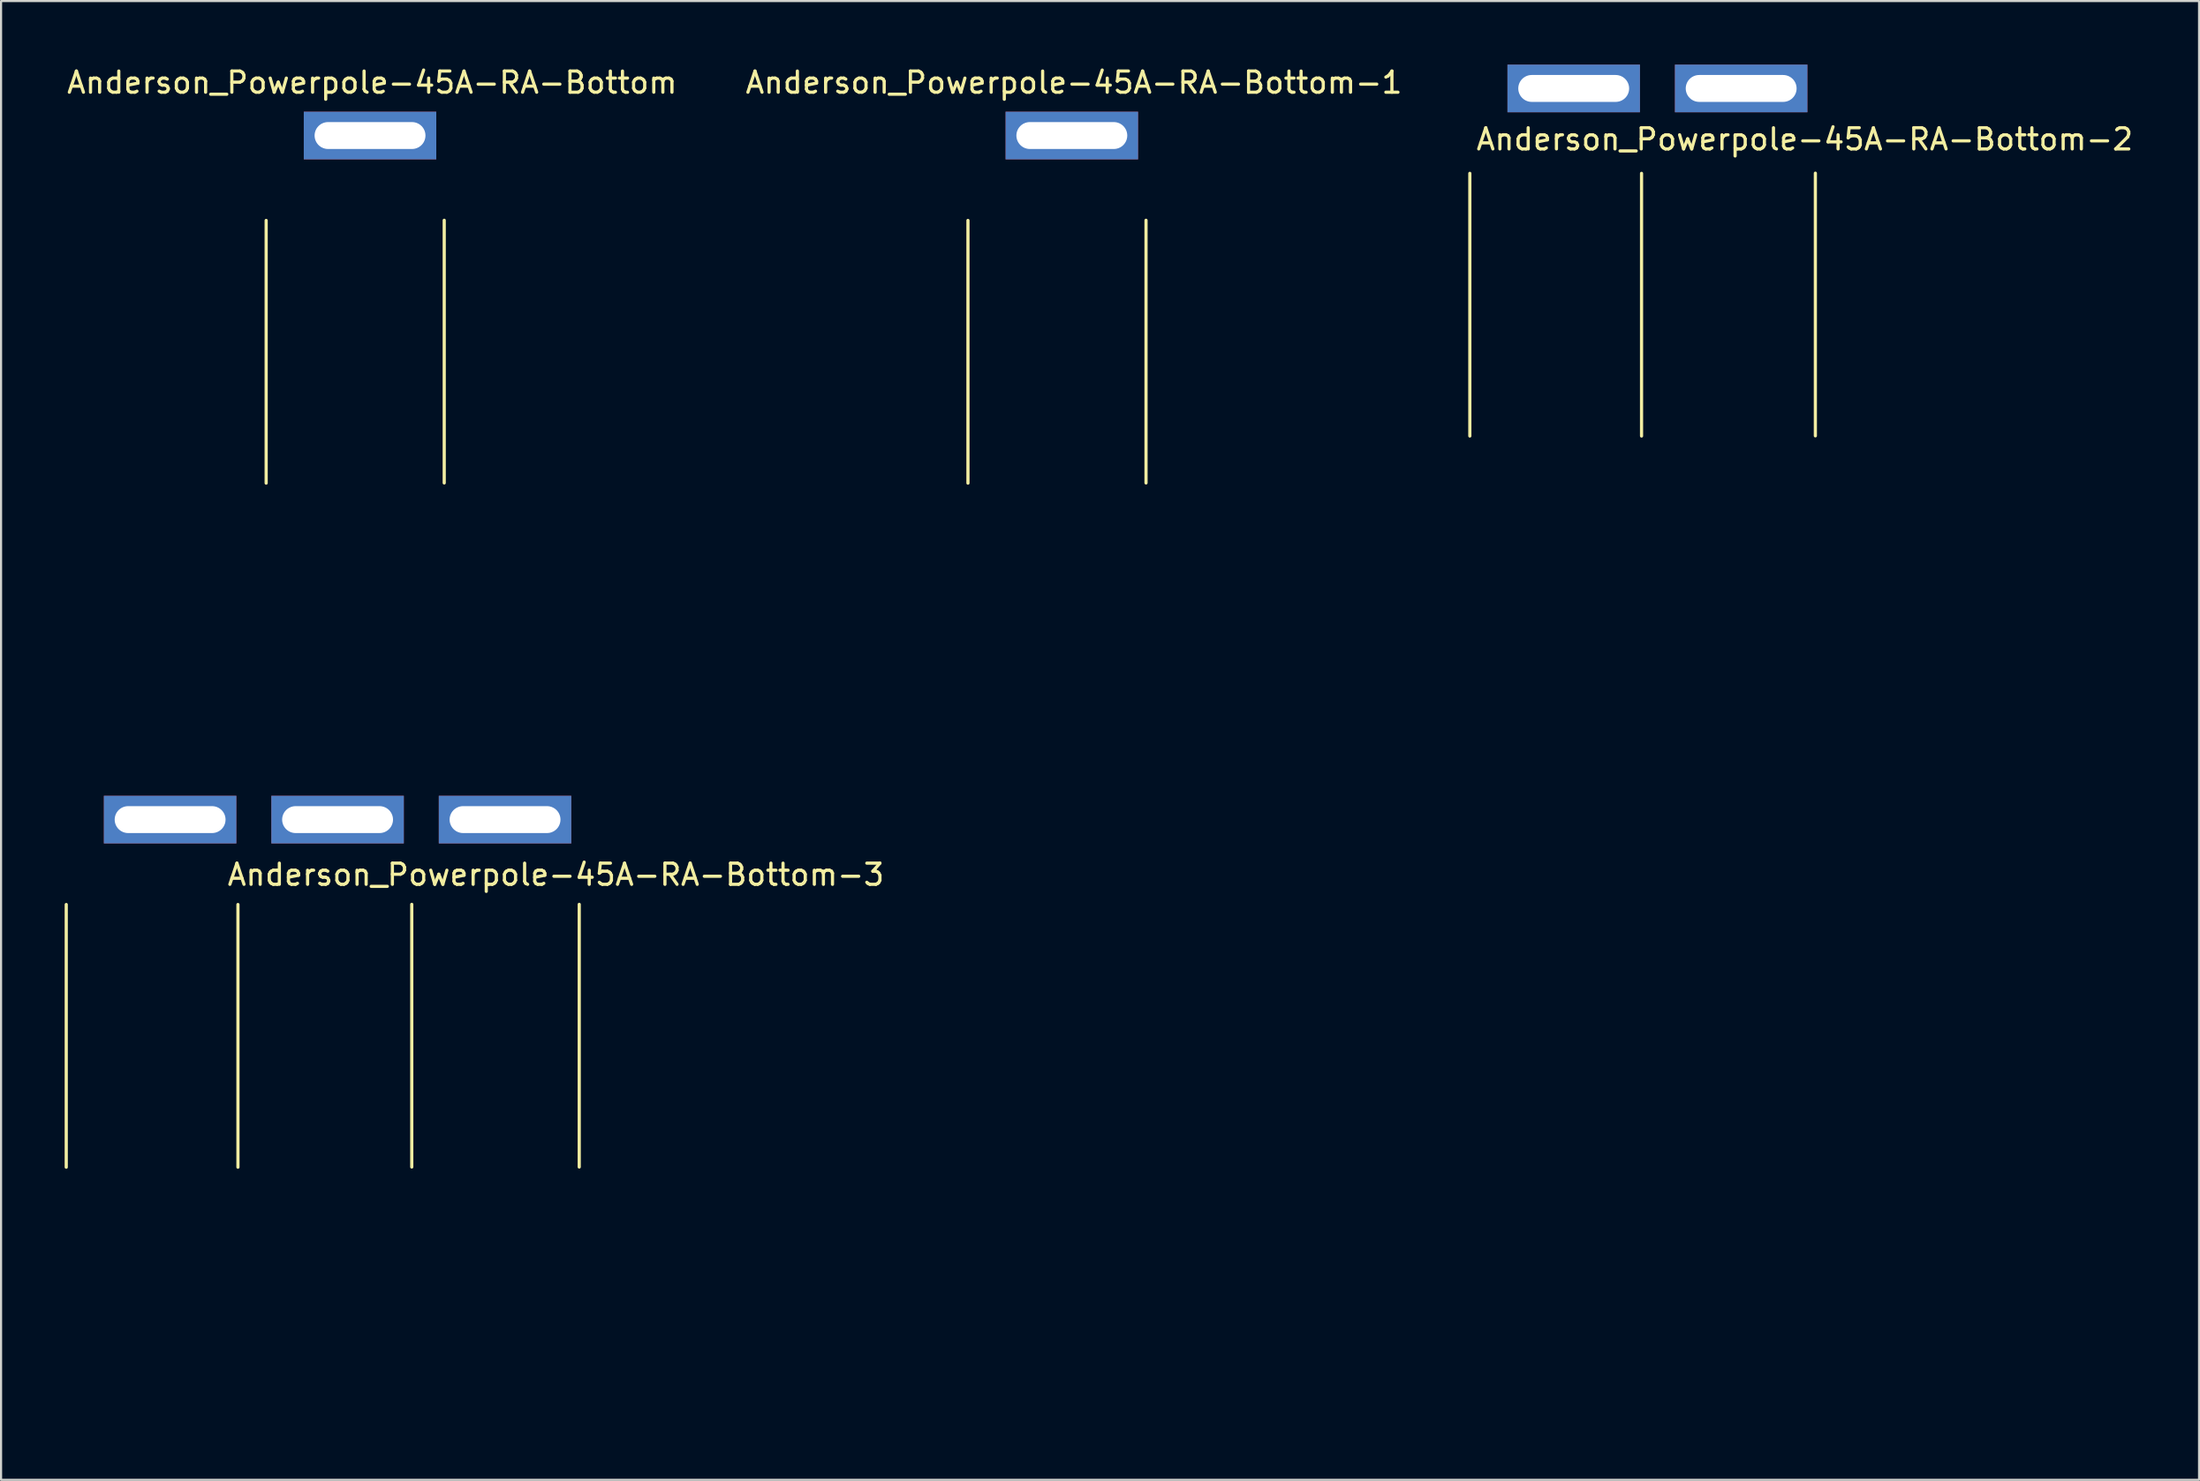
<source format=kicad_pcb>
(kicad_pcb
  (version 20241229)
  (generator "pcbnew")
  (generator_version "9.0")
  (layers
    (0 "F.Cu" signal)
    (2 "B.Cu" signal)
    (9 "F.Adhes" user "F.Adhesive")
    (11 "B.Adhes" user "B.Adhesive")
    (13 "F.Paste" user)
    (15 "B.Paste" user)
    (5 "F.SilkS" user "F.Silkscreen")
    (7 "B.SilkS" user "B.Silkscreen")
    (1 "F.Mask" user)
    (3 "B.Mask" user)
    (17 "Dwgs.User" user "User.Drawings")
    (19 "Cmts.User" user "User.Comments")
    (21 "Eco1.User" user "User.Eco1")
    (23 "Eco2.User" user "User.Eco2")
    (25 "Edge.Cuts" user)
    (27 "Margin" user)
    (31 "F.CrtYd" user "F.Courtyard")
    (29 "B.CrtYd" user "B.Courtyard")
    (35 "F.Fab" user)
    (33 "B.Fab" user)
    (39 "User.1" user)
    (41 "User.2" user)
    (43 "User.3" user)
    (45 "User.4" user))
  (footprint "Anderson_Powerpole-45A-RA-Bottom-3"
    (layer "F.Cu")
    (at 4.975 35.64)
    (property "Reference" "Anderson_Powerpole-45A-RA-Bottom-3" (at 18.2 2.6 0) (layer "F.SilkS") (effects (font (size 1 1) (thickness 0.15))))
    (attr through_hole)
    (fp_line (start -4.9 4.008) (end -4.9 16.408) (stroke (width 0.15) (type solid)) (layer "F.SilkS"))
    (fp_line (start 3.2 4.008) (end 3.2 16.408) (stroke (width 0.15) (type solid)) (layer "F.SilkS"))
    (fp_line (start 11.4 4) (end 11.4 16.4) (stroke (width 0.15) (type solid)) (layer "F.SilkS"))
    (fp_line (start 19.3 4) (end 19.3 16.4) (stroke (width 0.15) (type solid)) (layer "F.SilkS"))
    (fp_line (start 0 0) (end 0 26.592) (stroke (width 0.15) (type solid)) (layer "Eco1.User"))
    (fp_line (start 0.25 26.592) (end -0.25 26.592) (stroke (width 0.15) (type solid)) (layer "Eco1.User"))
    (fp_line (start 7.9 0) (end 7.9 26.592) (stroke (width 0.15) (type solid)) (layer "Eco1.User"))
    (fp_line (start 8.15 26.592) (end 7.65 26.592) (stroke (width 0.15) (type solid)) (layer "Eco1.User"))
    (fp_line (start 15.8 0) (end 15.8 26.592) (stroke (width 0.15) (type solid)) (layer "Eco1.User"))
    (fp_line (start 16.05 26.592) (end 15.55 26.592) (stroke (width 0.15) (type solid)) (layer "Eco1.User"))
    (fp_line (start -4.2 3.492) (end 4.2 3.492) (stroke (width 0.15) (type solid)) (layer "Eco2.User"))
    (fp_line (start -4.1 16.892) (end -4.2 3.492) (stroke (width 0.15) (type solid)) (layer "Eco2.User"))
    (fp_line (start -3.95 28.092) (end -4.1 19.492) (stroke (width 0.15) (type solid)) (layer "Eco2.User"))
    (fp_line (start 3.7 3.492) (end 12.1 3.492) (stroke (width 0.15) (type solid)) (layer "Eco2.User"))
    (fp_line (start 3.8 16.892) (end 3.7 3.492) (stroke (width 0.15) (type solid)) (layer "Eco2.User"))
    (fp_line (start 3.95 28.092) (end -3.95 28.092) (stroke (width 0.15) (type solid)) (layer "Eco2.User"))
    (fp_line (start 3.95 28.092) (end 3.8 19.492) (stroke (width 0.15) (type solid)) (layer "Eco2.User"))
    (fp_line (start 3.95 28.092) (end 4.1 19.492) (stroke (width 0.15) (type solid)) (layer "Eco2.User"))
    (fp_line (start 4.1 16.892) (end 4.2 3.492) (stroke (width 0.15) (type solid)) (layer "Eco2.User"))
    (fp_line (start 11.6 3.492) (end 20 3.492) (stroke (width 0.15) (type solid)) (layer "Eco2.User"))
    (fp_line (start 11.7 16.892) (end 11.6 3.492) (stroke (width 0.15) (type solid)) (layer "Eco2.User"))
    (fp_line (start 11.85 28.092) (end 3.95 28.092) (stroke (width 0.15) (type solid)) (layer "Eco2.User"))
    (fp_line (start 11.85 28.092) (end 11.7 19.492) (stroke (width 0.15) (type solid)) (layer "Eco2.User"))
    (fp_line (start 11.85 28.092) (end 12 19.492) (stroke (width 0.15) (type solid)) (layer "Eco2.User"))
    (fp_line (start 12 16.892) (end 12.1 3.492) (stroke (width 0.15) (type solid)) (layer "Eco2.User"))
    (fp_line (start 19.75 28.092) (end 11.85 28.092) (stroke (width 0.15) (type solid)) (layer "Eco2.User"))
    (fp_line (start 19.75 28.092) (end 19.9 19.492) (stroke (width 0.15) (type solid)) (layer "Eco2.User"))
    (fp_line (start 19.9 16.892) (end 20 3.492) (stroke (width 0.15) (type solid)) (layer "Eco2.User"))
    (fp_arc (start -4.1 16.892) (mid -3.180761 17.272761) (end -2.8 18.192) (stroke (width 0.15) (type solid)) (layer "Eco2.User"))
    (fp_arc (start -2.8 18.192) (mid -3.180761 19.111239) (end -4.1 19.492) (stroke (width 0.15) (type solid)) (layer "Eco2.User"))
    (fp_arc (start 2.8 18.192) (mid 3.180761 17.272761) (end 4.1 16.892) (stroke (width 0.15) (type solid)) (layer "Eco2.User"))
    (fp_arc (start 3.8 16.892) (mid 4.719239 17.272761) (end 5.1 18.192) (stroke (width 0.15) (type solid)) (layer "Eco2.User"))
    (fp_arc (start 4.1 19.492) (mid 3.180761 19.111239) (end 2.8 18.192) (stroke (width 0.15) (type solid)) (layer "Eco2.User"))
    (fp_arc (start 5.1 18.192) (mid 4.719239 19.111239) (end 3.8 19.492) (stroke (width 0.15) (type solid)) (layer "Eco2.User"))
    (fp_arc (start 10.7 18.192) (mid 11.080761 17.272761) (end 12 16.892) (stroke (width 0.15) (type solid)) (layer "Eco2.User"))
    (fp_arc (start 11.7 16.892) (mid 12.619239 17.272761) (end 13 18.192) (stroke (width 0.15) (type solid)) (layer "Eco2.User"))
    (fp_arc (start 12 19.492) (mid 11.080761 19.111239) (end 10.7 18.192) (stroke (width 0.15) (type solid)) (layer "Eco2.User"))
    (fp_arc (start 13 18.192) (mid 12.619239 19.111239) (end 11.7 19.492) (stroke (width 0.15) (type solid)) (layer "Eco2.User"))
    (fp_arc (start 18.6 18.192) (mid 18.980761 17.272761) (end 19.9 16.892) (stroke (width 0.15) (type solid)) (layer "Eco2.User"))
    (fp_arc (start 19.9 19.492) (mid 18.980761 19.111239) (end 18.6 18.192) (stroke (width 0.15) (type solid)) (layer "Eco2.User"))
    (pad "1" thru_hole rect (at 0 0) (size 6.25 2.25) (drill oval 5.23 1.27) (layers "*.Cu" "*.Mask"))
    (pad "2" thru_hole rect (at 7.9 0) (size 6.25 2.25) (drill oval 5.23 1.27) (layers "*.Cu" "*.Mask"))
    (pad "3" thru_hole rect (at 15.8 0) (size 6.25 2.25) (drill oval 5.23 1.27) (layers "*.Cu" "*.Mask")))
  (footprint "Anderson_Powerpole-45A-RA-Bottom-2"
    (layer "F.Cu")
    (at 71.189 1.125)
    (property "Reference" "Anderson_Powerpole-45A-RA-Bottom-2" (at 10.9 2.4 0) (layer "F.SilkS") (effects (font (size 1 1) (thickness 0.15))))
    (attr through_hole)
    (fp_line (start -4.9 4.008) (end -4.9 16.408) (stroke (width 0.15) (type solid)) (layer "F.SilkS"))
    (fp_line (start 3.2 4.008) (end 3.2 16.408) (stroke (width 0.15) (type solid)) (layer "F.SilkS"))
    (fp_line (start 11.4 4) (end 11.4 16.4) (stroke (width 0.15) (type solid)) (layer "F.SilkS"))
    (fp_line (start 0 0) (end 0 26.592) (stroke (width 0.15) (type solid)) (layer "Eco1.User"))
    (fp_line (start 0.25 26.592) (end -0.25 26.592) (stroke (width 0.15) (type solid)) (layer "Eco1.User"))
    (fp_line (start 7.9 0) (end 7.9 26.592) (stroke (width 0.15) (type solid)) (layer "Eco1.User"))
    (fp_line (start 8.15 26.592) (end 7.65 26.592) (stroke (width 0.15) (type solid)) (layer "Eco1.User"))
    (fp_line (start -4.2 3.492) (end 4.2 3.492) (stroke (width 0.15) (type solid)) (layer "Eco2.User"))
    (fp_line (start -4.1 16.892) (end -4.2 3.492) (stroke (width 0.15) (type solid)) (layer "Eco2.User"))
    (fp_line (start -3.95 28.092) (end -4.1 19.492) (stroke (width 0.15) (type solid)) (layer "Eco2.User"))
    (fp_line (start 3.7 3.492) (end 12.1 3.492) (stroke (width 0.15) (type solid)) (layer "Eco2.User"))
    (fp_line (start 3.8 16.892) (end 3.7 3.492) (stroke (width 0.15) (type solid)) (layer "Eco2.User"))
    (fp_line (start 3.95 28.092) (end -3.95 28.092) (stroke (width 0.15) (type solid)) (layer "Eco2.User"))
    (fp_line (start 3.95 28.092) (end 3.8 19.492) (stroke (width 0.15) (type solid)) (layer "Eco2.User"))
    (fp_line (start 3.95 28.092) (end 4.1 19.492) (stroke (width 0.15) (type solid)) (layer "Eco2.User"))
    (fp_line (start 4.1 16.892) (end 4.2 3.492) (stroke (width 0.15) (type solid)) (layer "Eco2.User"))
    (fp_line (start 11.85 28.092) (end 3.95 28.092) (stroke (width 0.15) (type solid)) (layer "Eco2.User"))
    (fp_line (start 11.85 28.092) (end 12 19.492) (stroke (width 0.15) (type solid)) (layer "Eco2.User"))
    (fp_line (start 12 16.892) (end 12.1 3.492) (stroke (width 0.15) (type solid)) (layer "Eco2.User"))
    (fp_arc (start -4.1 16.892) (mid -3.180761 17.272761) (end -2.8 18.192) (stroke (width 0.15) (type solid)) (layer "Eco2.User"))
    (fp_arc (start -2.8 18.192) (mid -3.180761 19.111239) (end -4.1 19.492) (stroke (width 0.15) (type solid)) (layer "Eco2.User"))
    (fp_arc (start 2.8 18.192) (mid 3.180761 17.272761) (end 4.1 16.892) (stroke (width 0.15) (type solid)) (layer "Eco2.User"))
    (fp_arc (start 3.8 16.892) (mid 4.719239 17.272761) (end 5.1 18.192) (stroke (width 0.15) (type solid)) (layer "Eco2.User"))
    (fp_arc (start 4.1 19.492) (mid 3.180761 19.111239) (end 2.8 18.192) (stroke (width 0.15) (type solid)) (layer "Eco2.User"))
    (fp_arc (start 5.1 18.192) (mid 4.719239 19.111239) (end 3.8 19.492) (stroke (width 0.15) (type solid)) (layer "Eco2.User"))
    (fp_arc (start 10.7 18.192) (mid 11.080761 17.272761) (end 12 16.892) (stroke (width 0.15) (type solid)) (layer "Eco2.User"))
    (fp_arc (start 12 19.492) (mid 11.080761 19.111239) (end 10.7 18.192) (stroke (width 0.15) (type solid)) (layer "Eco2.User"))
    (pad "1" thru_hole rect (at 0 0) (size 6.25 2.25) (drill oval 5.23 1.27) (layers "*.Cu" "*.Mask"))
    (pad "2" thru_hole rect (at 7.9 0) (size 6.25 2.25) (drill oval 5.23 1.27) (layers "*.Cu" "*.Mask")))
  (footprint "Anderson_Powerpole-45A-RA-Bottom-1"
    (layer "F.Cu")
    (at 47.513 3.348)
    (property "Reference" "Anderson_Powerpole-45A-RA-Bottom-1" (at 0.1 -2.5 0) (layer "F.SilkS") (effects (font (size 1 1) (thickness 0.15))))
    (attr through_hole)
    (fp_line (start -4.9 4.008) (end -4.9 16.408) (stroke (width 0.15) (type solid)) (layer "F.SilkS"))
    (fp_line (start 3.5 4) (end 3.5 16.4) (stroke (width 0.15) (type solid)) (layer "F.SilkS"))
    (fp_line (start 0 0.1) (end 0 26.592) (stroke (width 0.15) (type solid)) (layer "Eco1.User"))
    (fp_line (start 0.25 26.592) (end -0.25 26.592) (stroke (width 0.15) (type solid)) (layer "Eco1.User"))
    (fp_line (start -4.2 3.492) (end 4.2 3.492) (stroke (width 0.15) (type solid)) (layer "Eco2.User"))
    (fp_line (start -4.1 16.892) (end -4.2 3.492) (stroke (width 0.15) (type solid)) (layer "Eco2.User"))
    (fp_line (start -3.95 28.092) (end -4.1 19.492) (stroke (width 0.15) (type solid)) (layer "Eco2.User"))
    (fp_line (start 3.95 28.092) (end -3.95 28.092) (stroke (width 0.15) (type solid)) (layer "Eco2.User"))
    (fp_line (start 3.95 28.092) (end 4.1 19.492) (stroke (width 0.15) (type solid)) (layer "Eco2.User"))
    (fp_line (start 4.1 16.892) (end 4.2 3.492) (stroke (width 0.15) (type solid)) (layer "Eco2.User"))
    (fp_arc (start -4.1 16.892) (mid -3.180761 17.272761) (end -2.8 18.192) (stroke (width 0.15) (type solid)) (layer "Eco2.User"))
    (fp_arc (start -2.8 18.192) (mid -3.180761 19.111239) (end -4.1 19.492) (stroke (width 0.15) (type solid)) (layer "Eco2.User"))
    (fp_arc (start 2.8 18.192) (mid 3.180761 17.272761) (end 4.1 16.892) (stroke (width 0.15) (type solid)) (layer "Eco2.User"))
    (fp_arc (start 4.1 19.492) (mid 3.180761 19.111239) (end 2.8 18.192) (stroke (width 0.15) (type solid)) (layer "Eco2.User"))
    (pad "1" thru_hole rect (at 0 0) (size 6.25 2.25) (drill oval 5.23 1.27) (layers "*.Cu" "*.Mask")))
  (footprint "Anderson_Powerpole-45A-RA-Bottom"
    (layer "F.Cu")
    (at 14.406 3.348)
    (property "Reference" "Anderson_Powerpole-45A-RA-Bottom" (at 0.1 -2.5 0) (layer "F.SilkS") (effects (font (size 1 1) (thickness 0.15))))
    (attr through_hole)
    (fp_line (start -4.9 4.008) (end -4.9 16.408) (stroke (width 0.15) (type solid)) (layer "F.SilkS"))
    (fp_line (start 3.5 4) (end 3.5 16.4) (stroke (width 0.15) (type solid)) (layer "F.SilkS"))
    (fp_line (start 0 0.1) (end 0 26.592) (stroke (width 0.15) (type solid)) (layer "Eco1.User"))
    (fp_line (start 0.25 26.592) (end -0.25 26.592) (stroke (width 0.15) (type solid)) (layer "Eco1.User"))
    (fp_line (start -4.2 3.492) (end 4.2 3.492) (stroke (width 0.15) (type solid)) (layer "Eco2.User"))
    (fp_line (start -4.1 16.892) (end -4.2 3.492) (stroke (width 0.15) (type solid)) (layer "Eco2.User"))
    (fp_line (start -3.95 28.092) (end -4.1 19.492) (stroke (width 0.15) (type solid)) (layer "Eco2.User"))
    (fp_line (start 3.95 28.092) (end -3.95 28.092) (stroke (width 0.15) (type solid)) (layer "Eco2.User"))
    (fp_line (start 3.95 28.092) (end 4.1 19.492) (stroke (width 0.15) (type solid)) (layer "Eco2.User"))
    (fp_line (start 4.1 16.892) (end 4.2 3.492) (stroke (width 0.15) (type solid)) (layer "Eco2.User"))
    (fp_arc (start -4.1 16.892) (mid -3.180761 17.272761) (end -2.8 18.192) (stroke (width 0.15) (type solid)) (layer "Eco2.User"))
    (fp_arc (start -2.8 18.192) (mid -3.180761 19.111239) (end -4.1 19.492) (stroke (width 0.15) (type solid)) (layer "Eco2.User"))
    (fp_arc (start 2.8 18.192) (mid 3.180761 17.272761) (end 4.1 16.892) (stroke (width 0.15) (type solid)) (layer "Eco2.User"))
    (fp_arc (start 4.1 19.492) (mid 3.180761 19.111239) (end 2.8 18.192) (stroke (width 0.15) (type solid)) (layer "Eco2.User"))
    (pad "1" thru_hole rect (at 0 0) (size 6.25 2.25) (drill oval 5.23 1.27) (layers "*.Cu" "*.Mask")))
  (gr_rect
    (start -3 -3)
    (end 100.69 66.807)
    (stroke (width 0.1) (type default))
    (fill no)
    (layer "Edge.Cuts")))
</source>
